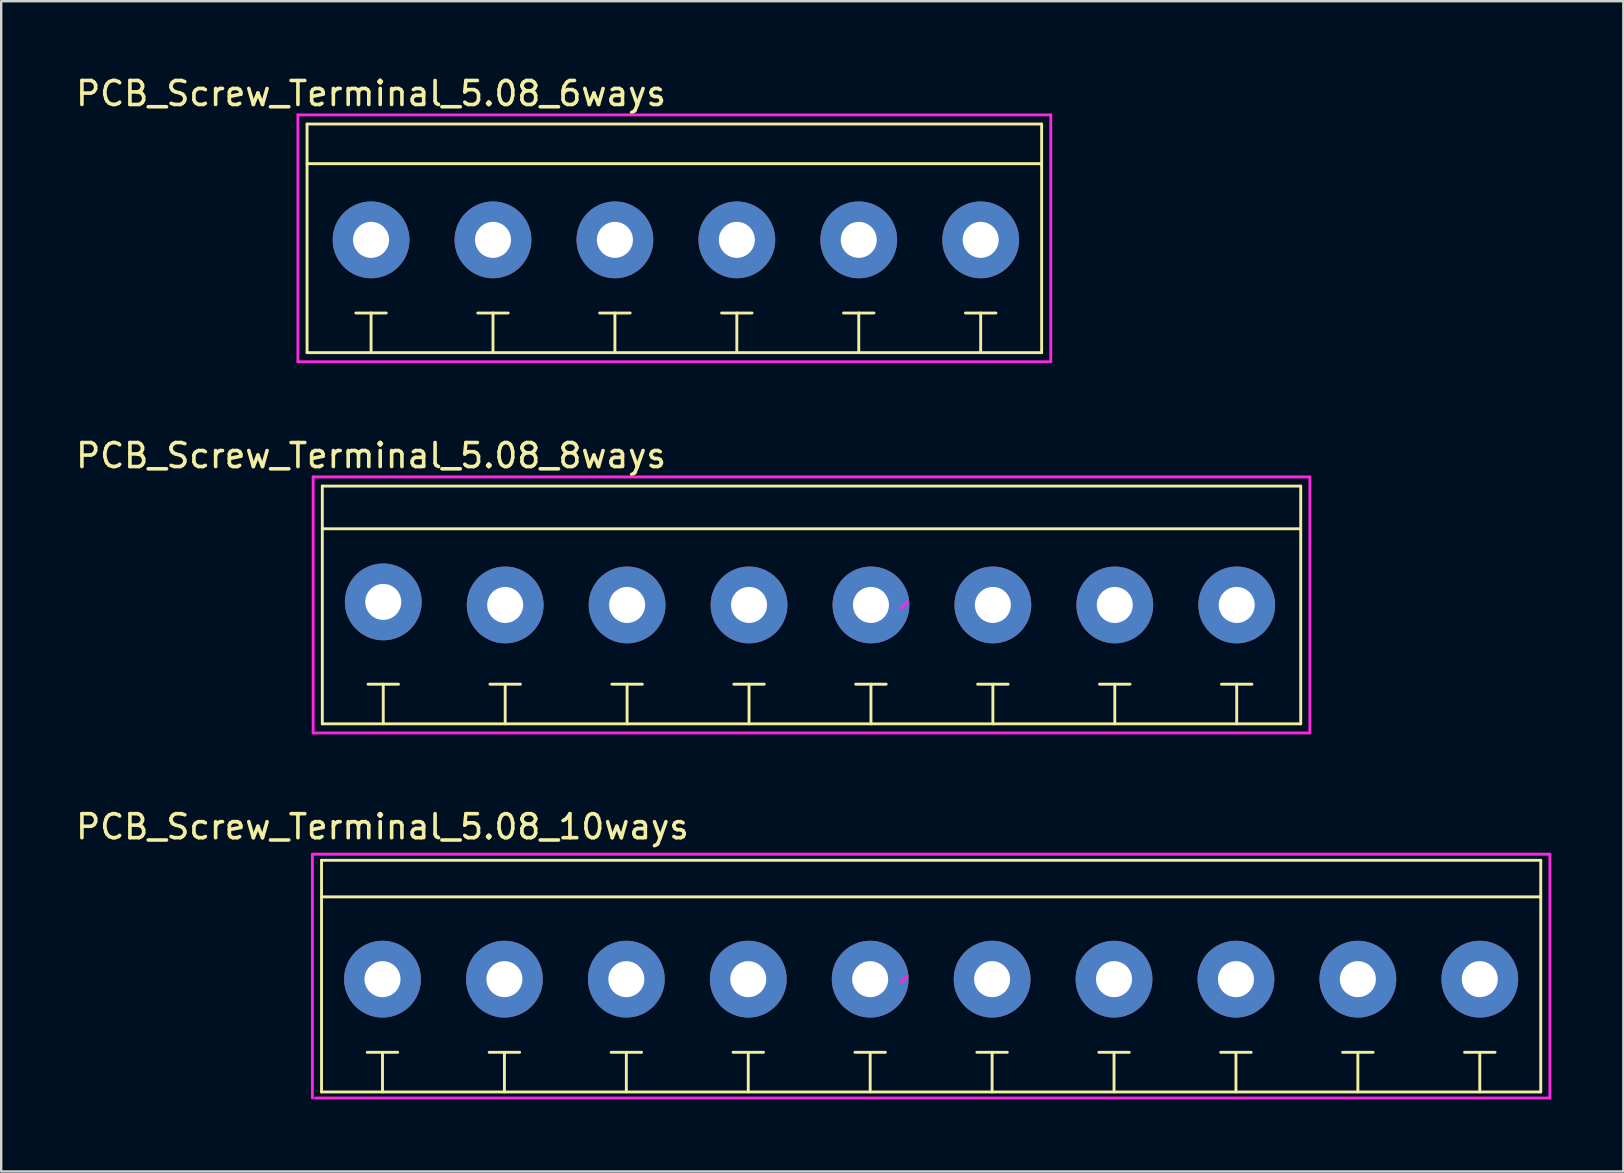
<source format=kicad_pcb>
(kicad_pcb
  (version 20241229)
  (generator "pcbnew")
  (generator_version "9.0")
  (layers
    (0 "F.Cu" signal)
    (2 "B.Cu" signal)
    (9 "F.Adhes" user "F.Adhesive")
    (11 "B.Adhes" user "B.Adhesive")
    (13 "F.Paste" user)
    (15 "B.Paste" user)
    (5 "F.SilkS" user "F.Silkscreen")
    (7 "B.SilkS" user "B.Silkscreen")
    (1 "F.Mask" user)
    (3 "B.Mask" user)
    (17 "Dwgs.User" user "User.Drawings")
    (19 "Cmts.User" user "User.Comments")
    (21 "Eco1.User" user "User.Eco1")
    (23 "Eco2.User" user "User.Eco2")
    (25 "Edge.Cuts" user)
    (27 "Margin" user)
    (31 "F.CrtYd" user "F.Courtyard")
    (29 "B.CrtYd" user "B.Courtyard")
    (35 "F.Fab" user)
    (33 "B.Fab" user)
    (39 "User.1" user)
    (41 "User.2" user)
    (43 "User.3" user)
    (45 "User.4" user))
  (footprint "PCB_Screw_Terminal_5.08_6ways"
    (layer "F.Cu")
    (at 12.411 6.817)
    (property "Reference" "PCB_Screw_Terminal_5.08_6ways" (at 0 -5.969 0) (layer "F.SilkS") (effects (font (size 1 1) (thickness 0.15))))
    (attr through_hole)
    (fp_line (start -2.667 -4.699) (end 27.94 -4.699) (stroke (width 0.12) (type solid)) (layer "F.SilkS"))
    (fp_line (start -2.667 4.826) (end -2.667 -4.699) (stroke (width 0.12) (type solid)) (layer "F.SilkS"))
    (fp_line (start -0.635 3.175) (end 0.635 3.175) (stroke (width 0.12) (type solid)) (layer "F.SilkS"))
    (fp_line (start 0 3.175) (end 0 4.826) (stroke (width 0.12) (type solid)) (layer "F.SilkS"))
    (fp_line (start 5.08 4.826) (end 5.08 3.175) (stroke (width 0.12) (type solid)) (layer "F.SilkS"))
    (fp_line (start 5.715 3.175) (end 4.445 3.175) (stroke (width 0.12) (type solid)) (layer "F.SilkS"))
    (fp_line (start 10.16 4.826) (end 10.16 3.175) (stroke (width 0.12) (type solid)) (layer "F.SilkS"))
    (fp_line (start 10.795 3.175) (end 9.525 3.175) (stroke (width 0.12) (type solid)) (layer "F.SilkS"))
    (fp_line (start 15.24 4.826) (end 15.24 3.175) (stroke (width 0.12) (type solid)) (layer "F.SilkS"))
    (fp_line (start 15.875 3.175) (end 14.605 3.175) (stroke (width 0.12) (type solid)) (layer "F.SilkS"))
    (fp_line (start 20.32 4.826) (end 20.32 3.175) (stroke (width 0.12) (type solid)) (layer "F.SilkS"))
    (fp_line (start 20.955 3.175) (end 19.685 3.175) (stroke (width 0.12) (type solid)) (layer "F.SilkS"))
    (fp_line (start 25.4 4.826) (end 25.4 3.175) (stroke (width 0.12) (type solid)) (layer "F.SilkS"))
    (fp_line (start 26.035 3.175) (end 24.765 3.175) (stroke (width 0.12) (type solid)) (layer "F.SilkS"))
    (fp_line (start 27.94 -4.699) (end 27.94 4.826) (stroke (width 0.12) (type solid)) (layer "F.SilkS"))
    (fp_line (start 27.94 -3.048) (end -2.667 -3.048) (stroke (width 0.12) (type solid)) (layer "F.SilkS"))
    (fp_line (start 27.94 4.826) (end -2.667 4.826) (stroke (width 0.12) (type solid)) (layer "F.SilkS"))
    (fp_line (start -3.048 -5.08) (end 28.321 -5.08) (stroke (width 0.12) (type solid)) (layer "F.CrtYd"))
    (fp_line (start -3.048 5.207) (end -3.048 -5.08) (stroke (width 0.12) (type solid)) (layer "F.CrtYd"))
    (fp_line (start 28.321 5.207) (end -3.048 5.207) (stroke (width 0.12) (type solid)) (layer "F.CrtYd"))
    (fp_line (start 28.321 5.207) (end 28.321 -5.08) (stroke (width 0.12) (type solid)) (layer "F.CrtYd"))
    (pad "1" thru_hole circle (at 0 0.127) (size 3.2 3.2) (drill 1.5) (layers "*.Cu" "*.Mask"))
    (pad "2" thru_hole circle (at 5.08 0.127) (size 3.2 3.2) (drill 1.5) (layers "*.Cu" "*.Mask"))
    (pad "3" thru_hole circle (at 10.16 0.127) (size 3.2 3.2) (drill 1.5) (layers "*.Cu" "*.Mask"))
    (pad "4" thru_hole circle (at 15.24 0.127) (size 3.2 3.2) (drill 1.5) (layers "*.Cu" "*.Mask"))
    (pad "5" thru_hole circle (at 20.32 0.127) (size 3.2 3.2) (drill 1.5) (layers "*.Cu" "*.Mask"))
    (pad "6" thru_hole circle (at 25.4 0.127) (size 3.2 3.2) (drill 1.5) (layers "*.Cu" "*.Mask")))
  (footprint "PCB_Screw_Terminal_5.08_10ways"
    (layer "F.Cu")
    (at 12.887 37.748)
    (property "Reference" "PCB_Screw_Terminal_5.08_10ways" (at 0 -6.35 0) (layer "F.SilkS") (effects (font (size 1 1) (thickness 0.15))))
    (attr through_hole)
    (fp_line (start -2.54 -4.953) (end 48.26 -4.953) (stroke (width 0.12) (type solid)) (layer "F.SilkS"))
    (fp_line (start -2.54 4.699) (end -2.54 -4.953) (stroke (width 0.12) (type solid)) (layer "F.SilkS"))
    (fp_line (start -0.635 3.048) (end 0.635 3.048) (stroke (width 0.12) (type solid)) (layer "F.SilkS"))
    (fp_line (start 0 3.048) (end 0 4.699) (stroke (width 0.12) (type solid)) (layer "F.SilkS"))
    (fp_line (start 5.08 4.699) (end 5.08 3.048) (stroke (width 0.12) (type solid)) (layer "F.SilkS"))
    (fp_line (start 5.715 3.048) (end 4.445 3.048) (stroke (width 0.12) (type solid)) (layer "F.SilkS"))
    (fp_line (start 10.16 4.699) (end 10.16 3.048) (stroke (width 0.12) (type solid)) (layer "F.SilkS"))
    (fp_line (start 10.795 3.048) (end 9.525 3.048) (stroke (width 0.12) (type solid)) (layer "F.SilkS"))
    (fp_line (start 15.24 4.699) (end 15.24 3.048) (stroke (width 0.12) (type solid)) (layer "F.SilkS"))
    (fp_line (start 15.875 3.048) (end 14.605 3.048) (stroke (width 0.12) (type solid)) (layer "F.SilkS"))
    (fp_line (start 19.685 3.048) (end 20.955 3.048) (stroke (width 0.12) (type solid)) (layer "F.SilkS"))
    (fp_line (start 20.32 3.048) (end 20.32 4.699) (stroke (width 0.12) (type solid)) (layer "F.SilkS"))
    (fp_line (start 25.4 4.699) (end 25.4 3.048) (stroke (width 0.12) (type solid)) (layer "F.SilkS"))
    (fp_line (start 26.035 3.048) (end 24.765 3.048) (stroke (width 0.12) (type solid)) (layer "F.SilkS"))
    (fp_line (start 30.48 4.699) (end 30.48 3.048) (stroke (width 0.12) (type solid)) (layer "F.SilkS"))
    (fp_line (start 31.115 3.048) (end 29.845 3.048) (stroke (width 0.12) (type solid)) (layer "F.SilkS"))
    (fp_line (start 35.56 4.699) (end 35.56 3.048) (stroke (width 0.12) (type solid)) (layer "F.SilkS"))
    (fp_line (start 36.195 3.048) (end 34.925 3.048) (stroke (width 0.12) (type solid)) (layer "F.SilkS"))
    (fp_line (start 40.64 4.699) (end 40.64 3.048) (stroke (width 0.12) (type solid)) (layer "F.SilkS"))
    (fp_line (start 41.275 3.048) (end 40.005 3.048) (stroke (width 0.12) (type solid)) (layer "F.SilkS"))
    (fp_line (start 45.72 4.699) (end 45.72 3.048) (stroke (width 0.12) (type solid)) (layer "F.SilkS"))
    (fp_line (start 46.355 3.048) (end 45.085 3.048) (stroke (width 0.12) (type solid)) (layer "F.SilkS"))
    (fp_line (start 48.26 -4.953) (end 48.26 4.699) (stroke (width 0.12) (type solid)) (layer "F.SilkS"))
    (fp_line (start 48.26 -3.429) (end -2.54 -3.429) (stroke (width 0.12) (type solid)) (layer "F.SilkS"))
    (fp_line (start 48.26 4.699) (end -2.54 4.699) (stroke (width 0.12) (type solid)) (layer "F.SilkS"))
    (fp_line (start -2.921 -5.207) (end 48.641 -5.207) (stroke (width 0.12) (type solid)) (layer "F.CrtYd"))
    (fp_line (start -2.921 4.953) (end -2.921 -5.207) (stroke (width 0.12) (type solid)) (layer "F.CrtYd"))
    (fp_line (start 21.844 -0.127) (end 21.59 0.127) (stroke (width 0.12) (type solid)) (layer "F.CrtYd"))
    (fp_line (start 48.641 4.953) (end -2.794 4.953) (stroke (width 0.12) (type solid)) (layer "F.CrtYd"))
    (fp_line (start 48.641 4.953) (end 48.641 -5.207) (stroke (width 0.12) (type solid)) (layer "F.CrtYd"))
    (pad "1" thru_hole circle (at 0 0) (size 3.2 3.2) (drill 1.5) (layers "*.Cu" "*.Mask"))
    (pad "2" thru_hole circle (at 5.08 0) (size 3.2 3.2) (drill 1.5) (layers "*.Cu" "*.Mask"))
    (pad "3" thru_hole circle (at 10.16 0) (size 3.2 3.2) (drill 1.5) (layers "*.Cu" "*.Mask"))
    (pad "4" thru_hole circle (at 15.24 0) (size 3.2 3.2) (drill 1.5) (layers "*.Cu" "*.Mask"))
    (pad "5" thru_hole circle (at 20.32 0) (size 3.2 3.2) (drill 1.5) (layers "*.Cu" "*.Mask"))
    (pad "6" thru_hole circle (at 25.4 0) (size 3.2 3.2) (drill 1.5) (layers "*.Cu" "*.Mask"))
    (pad "7" thru_hole circle (at 30.48 0) (size 3.2 3.2) (drill 1.5) (layers "*.Cu" "*.Mask"))
    (pad "8" thru_hole circle (at 35.56 0) (size 3.2 3.2) (drill 1.5) (layers "*.Cu" "*.Mask"))
    (pad "9" thru_hole circle (at 40.64 0) (size 3.2 3.2) (drill 1.5) (layers "*.Cu" "*.Mask"))
    (pad "10" thru_hole circle (at 45.72 0) (size 3.2 3.2) (drill 1.5) (layers "*.Cu" "*.Mask")))
  (footprint "PCB_Screw_Terminal_5.08_8ways"
    (layer "F.Cu")
    (at 19.269 22.029)
    (property "Reference" "PCB_Screw_Terminal_5.08_8ways" (at -6.858 -6.096 0) (layer "F.SilkS") (effects (font (size 1 1) (thickness 0.15))))
    (attr through_hole)
    (fp_line (start -8.89 -4.826) (end 31.877 -4.826) (stroke (width 0.12) (type solid)) (layer "F.SilkS"))
    (fp_line (start -8.89 5.08) (end -8.89 -4.826) (stroke (width 0.12) (type solid)) (layer "F.SilkS"))
    (fp_line (start -6.985 3.429) (end -5.715 3.429) (stroke (width 0.12) (type solid)) (layer "F.SilkS"))
    (fp_line (start -6.35 3.429) (end -6.35 5.08) (stroke (width 0.12) (type solid)) (layer "F.SilkS"))
    (fp_line (start -1.27 5.08) (end -1.27 3.429) (stroke (width 0.12) (type solid)) (layer "F.SilkS"))
    (fp_line (start -0.635 3.429) (end -1.905 3.429) (stroke (width 0.12) (type solid)) (layer "F.SilkS"))
    (fp_line (start 3.81 5.08) (end 3.81 3.429) (stroke (width 0.12) (type solid)) (layer "F.SilkS"))
    (fp_line (start 4.445 3.429) (end 3.175 3.429) (stroke (width 0.12) (type solid)) (layer "F.SilkS"))
    (fp_line (start 8.89 5.08) (end 8.89 3.429) (stroke (width 0.12) (type solid)) (layer "F.SilkS"))
    (fp_line (start 9.525 3.429) (end 8.255 3.429) (stroke (width 0.12) (type solid)) (layer "F.SilkS"))
    (fp_line (start 13.335 3.429) (end 14.605 3.429) (stroke (width 0.12) (type solid)) (layer "F.SilkS"))
    (fp_line (start 13.97 3.429) (end 13.97 5.08) (stroke (width 0.12) (type solid)) (layer "F.SilkS"))
    (fp_line (start 19.05 5.08) (end 19.05 3.429) (stroke (width 0.12) (type solid)) (layer "F.SilkS"))
    (fp_line (start 19.685 3.429) (end 18.415 3.429) (stroke (width 0.12) (type solid)) (layer "F.SilkS"))
    (fp_line (start 24.13 5.08) (end 24.13 3.429) (stroke (width 0.12) (type solid)) (layer "F.SilkS"))
    (fp_line (start 24.765 3.429) (end 23.495 3.429) (stroke (width 0.12) (type solid)) (layer "F.SilkS"))
    (fp_line (start 29.21 5.08) (end 29.21 3.429) (stroke (width 0.12) (type solid)) (layer "F.SilkS"))
    (fp_line (start 29.845 3.429) (end 28.575 3.429) (stroke (width 0.12) (type solid)) (layer "F.SilkS"))
    (fp_line (start 31.877 -4.826) (end 31.877 5.08) (stroke (width 0.12) (type solid)) (layer "F.SilkS"))
    (fp_line (start 31.877 -3.048) (end -8.89 -3.048) (stroke (width 0.12) (type solid)) (layer "F.SilkS"))
    (fp_line (start 31.877 5.08) (end -8.89 5.08) (stroke (width 0.12) (type solid)) (layer "F.SilkS"))
    (fp_line (start -9.271 -5.207) (end 32.258 -5.207) (stroke (width 0.12) (type solid)) (layer "F.CrtYd"))
    (fp_line (start -9.271 5.461) (end -9.271 -5.207) (stroke (width 0.12) (type solid)) (layer "F.CrtYd"))
    (fp_line (start 15.494 0) (end 15.24 0.254) (stroke (width 0.12) (type solid)) (layer "F.CrtYd"))
    (fp_line (start 32.258 5.461) (end -9.271 5.461) (stroke (width 0.12) (type solid)) (layer "F.CrtYd"))
    (fp_line (start 32.258 5.461) (end 32.258 -5.207) (stroke (width 0.12) (type solid)) (layer "F.CrtYd"))
    (pad "1" thru_hole circle (at -6.35 0) (size 3.2 3.2) (drill 1.5) (layers "*.Cu" "*.Mask"))
    (pad "2" thru_hole circle (at -1.27 0.127) (size 3.2 3.2) (drill 1.5) (layers "*.Cu" "*.Mask"))
    (pad "3" thru_hole circle (at 3.81 0.127) (size 3.2 3.2) (drill 1.5) (layers "*.Cu" "*.Mask"))
    (pad "4" thru_hole circle (at 8.89 0.127) (size 3.2 3.2) (drill 1.5) (layers "*.Cu" "*.Mask"))
    (pad "5" thru_hole circle (at 13.97 0.127) (size 3.2 3.2) (drill 1.5) (layers "*.Cu" "*.Mask"))
    (pad "6" thru_hole circle (at 19.05 0.127) (size 3.2 3.2) (drill 1.5) (layers "*.Cu" "*.Mask"))
    (pad "7" thru_hole circle (at 24.13 0.127) (size 3.2 3.2) (drill 1.5) (layers "*.Cu" "*.Mask"))
    (pad "8" thru_hole circle (at 29.21 0.127) (size 3.2 3.2) (drill 1.5) (layers "*.Cu" "*.Mask")))
  (gr_rect
    (start -3 -3)
    (end 64.588 45.761)
    (stroke (width 0.1) (type default))
    (fill no)
    (layer "Edge.Cuts")))
</source>
